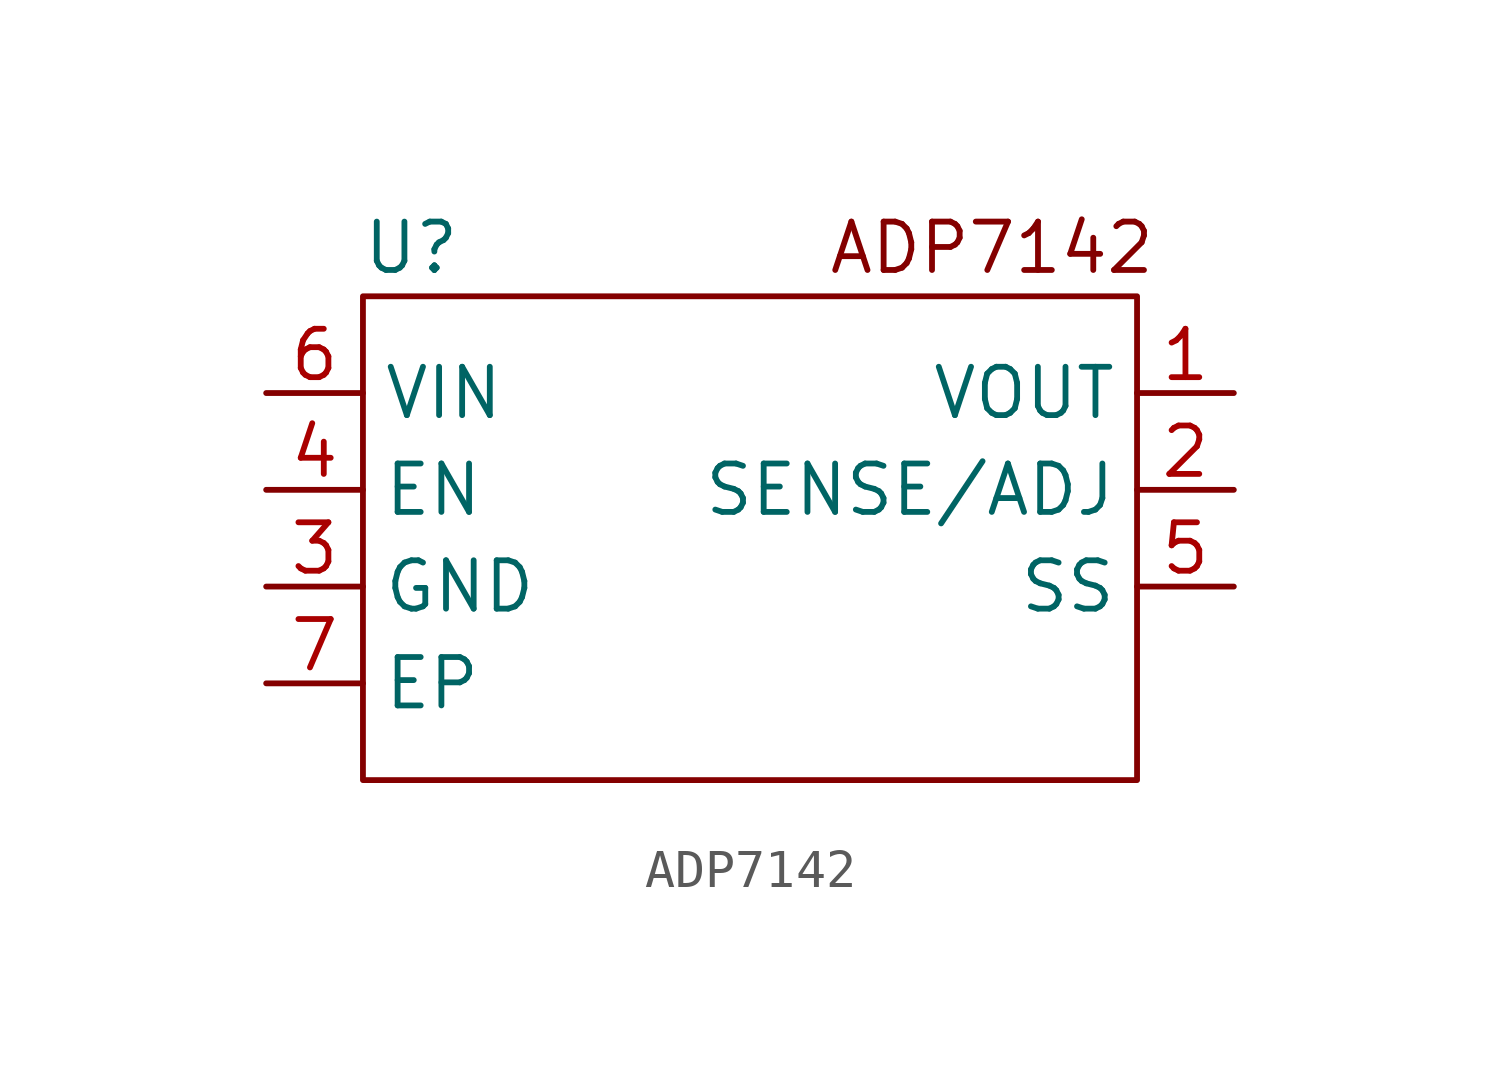
<source format=kicad_sym>
(kicad_symbol_lib
  (version 20231120)
  (generator "kicad_symbol_editor")
  (generator_version "8.0")
  (symbol "ADP7142"
    (property "Reference" "U"
      (at -8.89 6.35 0)
      (effects (font (size 1.27 1.27))))
    (property "Value" ""
      (at -12.7 5.08 0)
      (effects (font (size 1.27 1.27))))
    (symbol "ADP7142_0_1"
      (rectangle (start -10.16 5.08) (end 10.16 -7.62) (stroke (width 0) (type default)) (fill (type none))))
    (symbol "ADP7142_1_1"
      (text "ADP7142" (at 6.35 6.35 0) (effects (font (size 1.27 1.27))))
      (pin power_out line (at 12.7 2.54 180) (length 2.54) (name "VOUT" (effects (font (size 1.27 1.27)))) (number "1" (effects (font (size 1.27 1.27)))))
      (pin bidirectional line (at 12.7 0 180) (length 2.54) (name "SENSE/ADJ" (effects (font (size 1.27 1.27)))) (number "2" (effects (font (size 1.27 1.27)))))
      (pin power_in line (at -12.7 -2.54 0) (length 2.54) (name "GND" (effects (font (size 1.27 1.27)))) (number "3" (effects (font (size 1.27 1.27)))))
      (pin input line (at -12.7 0 0) (length 2.54) (name "EN" (effects (font (size 1.27 1.27)))) (number "4" (effects (font (size 1.27 1.27)))))
      (pin bidirectional line (at 12.7 -2.54 180) (length 2.54) (name "SS" (effects (font (size 1.27 1.27)))) (number "5" (effects (font (size 1.27 1.27)))))
      (pin power_in line (at -12.7 2.54 0) (length 2.54) (name "VIN" (effects (font (size 1.27 1.27)))) (number "6" (effects (font (size 1.27 1.27)))))
      (pin power_in line (at -12.7 -5.08 0) (length 2.54) (name "EP" (effects (font (size 1.27 1.27)))) (number "7" (effects (font (size 1.27 1.27))))))))
</source>
